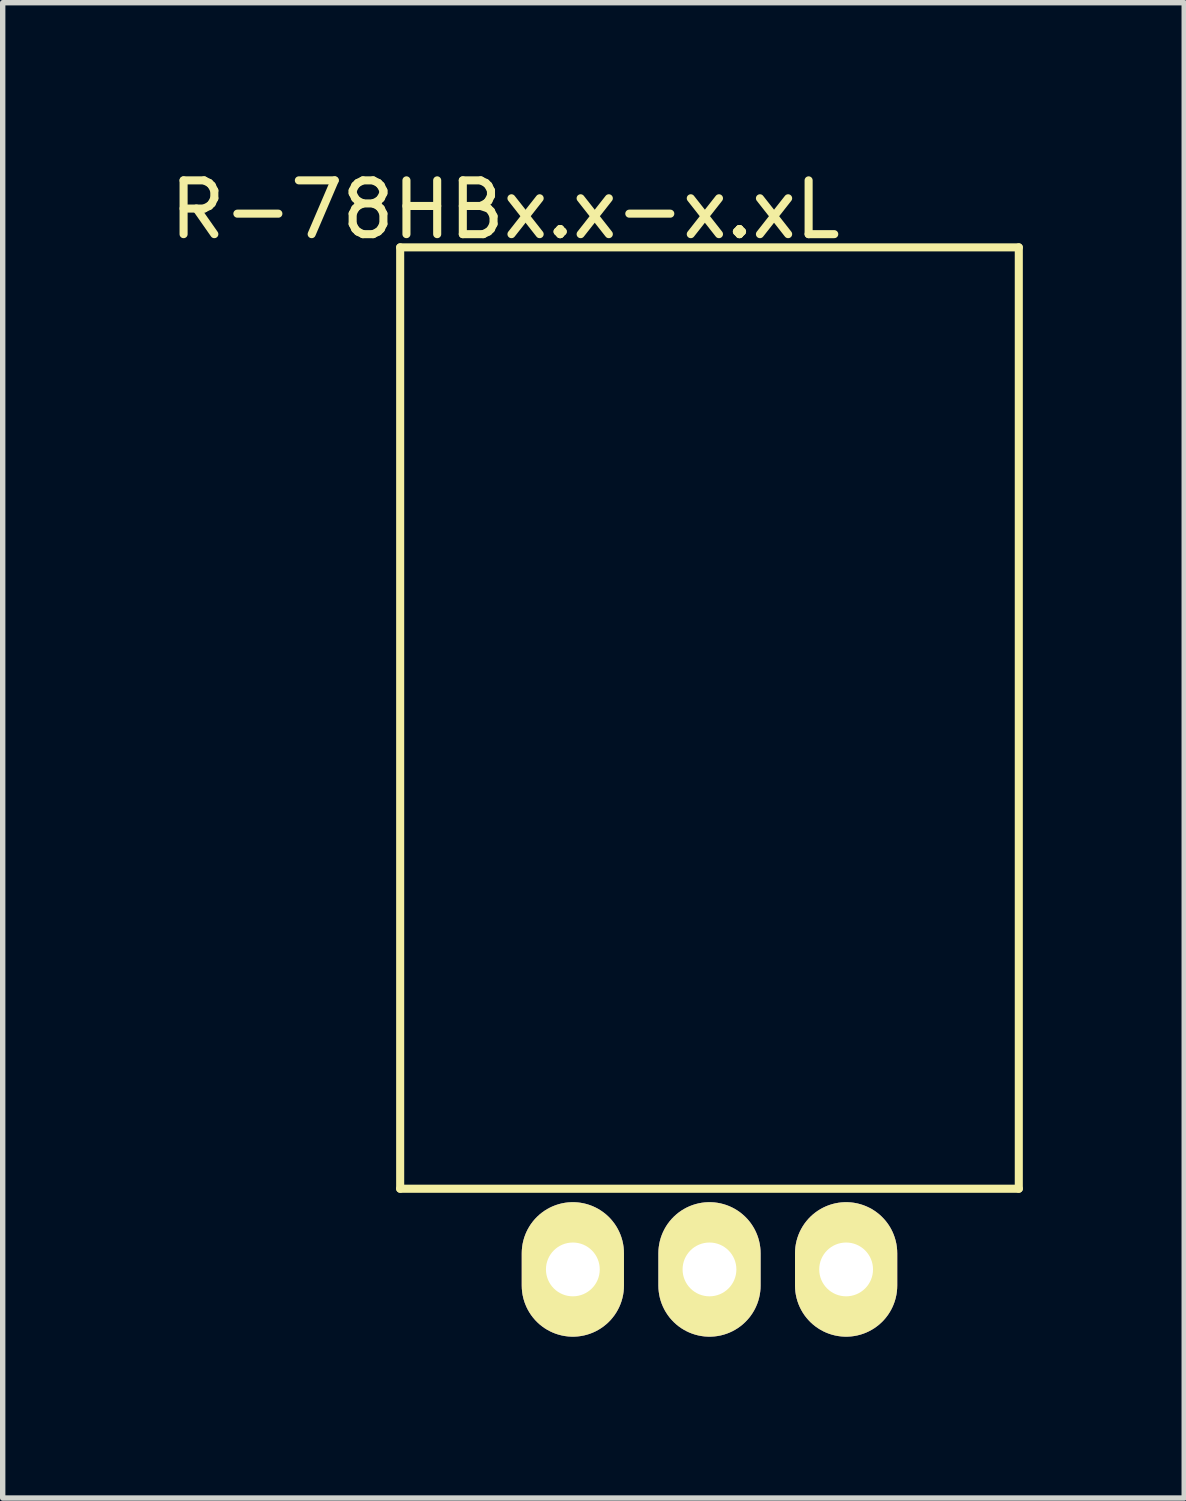
<source format=kicad_pcb>
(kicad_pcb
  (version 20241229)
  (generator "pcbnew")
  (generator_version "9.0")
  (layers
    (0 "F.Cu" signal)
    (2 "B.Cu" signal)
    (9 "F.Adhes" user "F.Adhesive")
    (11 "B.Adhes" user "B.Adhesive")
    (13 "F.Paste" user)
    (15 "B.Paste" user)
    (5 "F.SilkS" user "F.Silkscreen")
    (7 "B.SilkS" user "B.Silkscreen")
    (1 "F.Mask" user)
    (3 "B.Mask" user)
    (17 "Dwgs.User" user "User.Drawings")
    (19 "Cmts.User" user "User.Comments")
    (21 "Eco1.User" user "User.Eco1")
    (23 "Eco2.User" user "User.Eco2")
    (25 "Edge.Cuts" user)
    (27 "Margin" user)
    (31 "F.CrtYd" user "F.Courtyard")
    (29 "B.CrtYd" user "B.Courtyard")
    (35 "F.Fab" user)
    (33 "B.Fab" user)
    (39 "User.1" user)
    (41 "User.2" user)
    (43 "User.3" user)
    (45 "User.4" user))
  (footprint "R-78HBx.x-x.xL"
    (layer "F.Cu")
    (at 10.139 20.548)
    (property "Reference" "R-78HBx.x-x.xL" (at -3.8 -19.7 0) (layer "F.SilkS") (effects (font (size 1 1) (thickness 0.15))))
    (attr through_hole)
    (fp_line (start -5.75 -19) (end -5.75 -1.5) (stroke (width 0.15) (type solid)) (layer "F.SilkS"))
    (fp_line (start -5.75 -19) (end 5.75 -19) (stroke (width 0.15) (type solid)) (layer "F.SilkS"))
    (fp_line (start -5.75 -1.5) (end 5.75 -1.5) (stroke (width 0.15) (type solid)) (layer "F.SilkS"))
    (fp_line (start 5.75 -1.5) (end 5.75 -19) (stroke (width 0.15) (type solid)) (layer "F.SilkS"))
    (pad "1" thru_hole oval (at -2.54 0) (size 1.9 2.5) (drill 1) (layers "*.Cu" "*.Mask" "F.SilkS"))
    (pad "2" thru_hole oval (at 0 0) (size 1.9 2.5) (drill 1) (layers "*.Cu" "*.Mask" "F.SilkS"))
    (pad "3" thru_hole oval (at 2.54 0) (size 1.9 2.5) (drill 1) (layers "*.Cu" "*.Mask" "F.SilkS")))
  (gr_rect
    (start -3 -3)
    (end 18.964 24.798)
    (stroke (width 0.1) (type default))
    (fill no)
    (layer "Edge.Cuts")))
</source>
